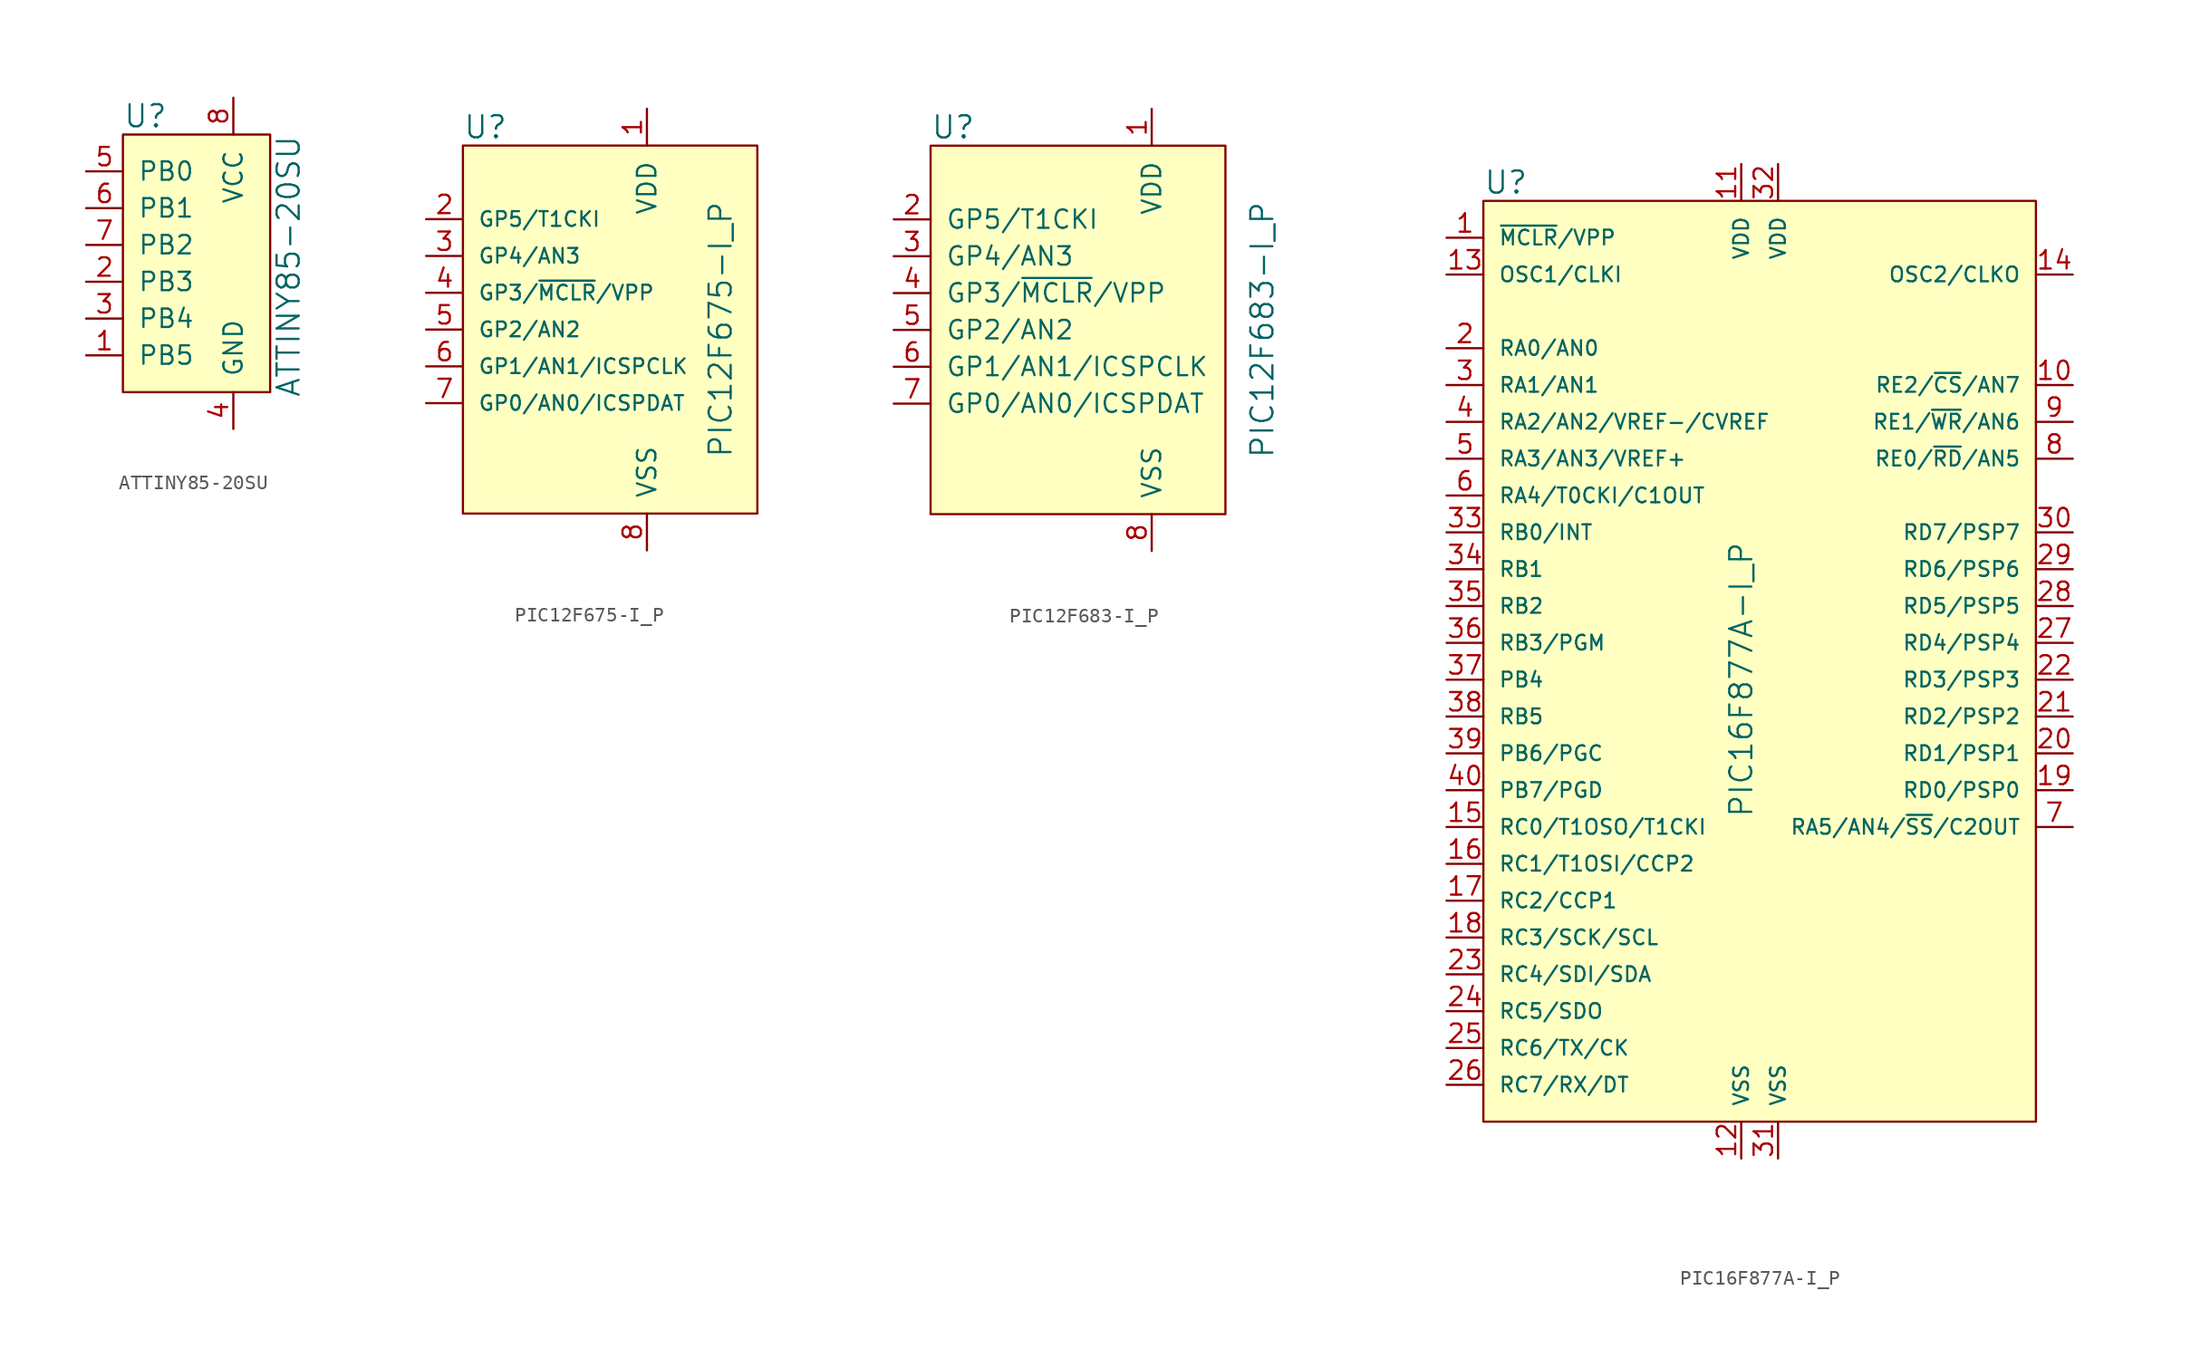
<source format=kicad_sym>
(kicad_symbol_lib
  (version 20231120)
  (generator "kicad_symbol_editor")
  (generator_version "8.0")
  (symbol "ATTINY85-20SU"
    (pin_names
      (offset 1.016))
    (property "Reference" "U"
      (at -5.08 6.35 0)
      (effects (font (size 1.524 1.524)) (justify left)))
    (property "Value" "ATTINY85-20SU"
      (at 6.35 5.08 90)
      (effects (font (size 1.524 1.524)) (justify right)))
    (symbol "ATTINY85-20SU_0_1"
      (rectangle (start -5.08 5.08) (end 5.08 -12.7) (stroke (width 0) (type default)) (fill (type background))))
    (symbol "ATTINY85-20SU_1_1"
      (pin bidirectional line (at -7.62 -10.16 0) (length 2.54) (name "PB5" (effects (font (size 1.27 1.27)))) (number "1" (effects (font (size 1.27 1.27)))))
      (pin bidirectional line (at -7.62 -5.08 0) (length 2.54) (name "PB3" (effects (font (size 1.27 1.27)))) (number "2" (effects (font (size 1.27 1.27)))))
      (pin bidirectional line (at -7.62 -7.62 0) (length 2.54) (name "PB4" (effects (font (size 1.27 1.27)))) (number "3" (effects (font (size 1.27 1.27)))))
      (pin power_in line (at 2.54 -15.24 90) (length 2.54) (name "GND" (effects (font (size 1.27 1.27)))) (number "4" (effects (font (size 1.27 1.27)))))
      (pin bidirectional line (at -7.62 2.54 0) (length 2.54) (name "PB0" (effects (font (size 1.27 1.27)))) (number "5" (effects (font (size 1.27 1.27)))))
      (pin bidirectional line (at -7.62 0 0) (length 2.54) (name "PB1" (effects (font (size 1.27 1.27)))) (number "6" (effects (font (size 1.27 1.27)))))
      (pin bidirectional line (at -7.62 -2.54 0) (length 2.54) (name "PB2" (effects (font (size 1.27 1.27)))) (number "7" (effects (font (size 1.27 1.27)))))
      (pin power_in line (at 2.54 7.62 270) (length 2.54) (name "VCC" (effects (font (size 1.27 1.27)))) (number "8" (effects (font (size 1.27 1.27)))))))
  (symbol "PIC12F675-I_P"
    (pin_names
      (offset 1.016))
    (property "Reference" "U"
      (at -5.08 11.43 0)
      (effects (font (size 1.524 1.524)) (justify left)))
    (property "Value" "PIC12F675-I_P"
      (at 12.7 -2.54 90)
      (effects (font (size 1.524 1.524))))
    (symbol "PIC12F675-I_P_0_1"
      (rectangle (start -5.08 10.16) (end 15.24 -15.24) (stroke (width 0) (type default)) (fill (type background))))
    (symbol "PIC12F675-I_P_1_1"
      (pin power_in line (at 7.62 12.7 270) (length 2.54) (name "VDD" (effects (font (size 1.27 1.27)))) (number "1" (effects (font (size 1.27 1.27)))))
      (pin bidirectional line (at -7.62 5.08 0) (length 2.54) (name "GP5/T1CKI" (effects (font (size 1.016 1.016)))) (number "2" (effects (font (size 1.27 1.27)))))
      (pin bidirectional line (at -7.62 2.54 0) (length 2.54) (name "GP4/AN3" (effects (font (size 1.016 1.016)))) (number "3" (effects (font (size 1.27 1.27)))))
      (pin input line (at -7.62 0 0) (length 2.54) (name "GP3/~{MCLR}/VPP" (effects (font (size 1.016 1.016)))) (number "4" (effects (font (size 1.27 1.27)))))
      (pin bidirectional line (at -7.62 -2.54 0) (length 2.54) (name "GP2/AN2" (effects (font (size 1.016 1.016)))) (number "5" (effects (font (size 1.27 1.27)))))
      (pin bidirectional line (at -7.62 -5.08 0) (length 2.54) (name "GP1/AN1/ICSPCLK" (effects (font (size 1.016 1.016)))) (number "6" (effects (font (size 1.27 1.27)))))
      (pin bidirectional line (at -7.62 -7.62 0) (length 2.54) (name "GP0/AN0/ICSPDAT" (effects (font (size 1.016 1.016)))) (number "7" (effects (font (size 1.27 1.27)))))
      (pin power_in line (at 7.62 -17.78 90) (length 2.54) (name "VSS" (effects (font (size 1.27 1.27)))) (number "8" (effects (font (size 1.27 1.27)))))))
  (symbol "PIC12F683-I_P"
    (pin_names
      (offset 1.016))
    (property "Reference" "U"
      (at -11.43 8.89 0)
      (effects (font (size 1.524 1.524)) (justify left)))
    (property "Value" "PIC12F683-I_P"
      (at 11.43 -5.08 90)
      (effects (font (size 1.524 1.524))))
    (symbol "PIC12F683-I_P_0_1"
      (rectangle (start -11.43 7.62) (end 8.89 -17.78) (stroke (width 0) (type default)) (fill (type background))))
    (symbol "PIC12F683-I_P_1_1"
      (pin power_in line (at 3.81 10.16 270) (length 2.54) (name "VDD" (effects (font (size 1.27 1.27)))) (number "1" (effects (font (size 1.27 1.27)))))
      (pin bidirectional line (at -13.97 2.54 0) (length 2.54) (name "GP5/T1CKI" (effects (font (size 1.27 1.27)))) (number "2" (effects (font (size 1.27 1.27)))))
      (pin bidirectional line (at -13.97 0 0) (length 2.54) (name "GP4/AN3" (effects (font (size 1.27 1.27)))) (number "3" (effects (font (size 1.27 1.27)))))
      (pin bidirectional line (at -13.97 -2.54 0) (length 2.54) (name "GP3/~{MCLR}/VPP" (effects (font (size 1.27 1.27)))) (number "4" (effects (font (size 1.27 1.27)))))
      (pin bidirectional line (at -13.97 -5.08 0) (length 2.54) (name "GP2/AN2" (effects (font (size 1.27 1.27)))) (number "5" (effects (font (size 1.27 1.27)))))
      (pin bidirectional line (at -13.97 -7.62 0) (length 2.54) (name "GP1/AN1/ICSPCLK" (effects (font (size 1.27 1.27)))) (number "6" (effects (font (size 1.27 1.27)))))
      (pin bidirectional line (at -13.97 -10.16 0) (length 2.54) (name "GP0/AN0/ICSPDAT" (effects (font (size 1.27 1.27)))) (number "7" (effects (font (size 1.27 1.27)))))
      (pin power_in line (at 3.81 -20.32 90) (length 2.54) (name "VSS" (effects (font (size 1.27 1.27)))) (number "8" (effects (font (size 1.27 1.27)))))))
  (symbol "PIC16F877A-I_P"
    (pin_names
      (offset 1.016))
    (property "Reference" "U"
      (at -17.78 34.29 0)
      (effects (font (size 1.524 1.524)) (justify left)))
    (property "Value" "PIC16F877A-I_P"
      (at 0 0 90)
      (effects (font (size 1.524 1.524))))
    (symbol "PIC16F877A-I_P_0_1"
      (rectangle (start -17.78 33.02) (end 20.32 -30.48) (stroke (width 0) (type default)) (fill (type background))))
    (symbol "PIC16F877A-I_P_1_1"
      (pin input line (at -20.32 30.48 0) (length 2.54) (name "~{MCLR}/VPP" (effects (font (size 1.016 1.016)))) (number "1" (effects (font (size 1.27 1.27)))))
      (pin bidirectional line (at 22.86 20.32 180) (length 2.54) (name "RE2/~{CS}/AN7" (effects (font (size 1.016 1.016)))) (number "10" (effects (font (size 1.27 1.27)))))
      (pin power_in line (at 0 35.56 270) (length 2.54) (name "VDD" (effects (font (size 1.016 1.016)))) (number "11" (effects (font (size 1.27 1.27)))))
      (pin power_in line (at 0 -33.02 90) (length 2.54) (name "VSS" (effects (font (size 1.016 1.016)))) (number "12" (effects (font (size 1.27 1.27)))))
      (pin input line (at -20.32 27.94 0) (length 2.54) (name "OSC1/CLKI" (effects (font (size 1.016 1.016)))) (number "13" (effects (font (size 1.27 1.27)))))
      (pin output line (at 22.86 27.94 180) (length 2.54) (name "OSC2/CLKO" (effects (font (size 1.016 1.016)))) (number "14" (effects (font (size 1.27 1.27)))))
      (pin bidirectional line (at -20.32 -10.16 0) (length 2.54) (name "RC0/T1OSO/T1CKI" (effects (font (size 1.016 1.016)))) (number "15" (effects (font (size 1.27 1.27)))))
      (pin bidirectional line (at -20.32 -12.7 0) (length 2.54) (name "RC1/T1OSI/CCP2" (effects (font (size 1.016 1.016)))) (number "16" (effects (font (size 1.27 1.27)))))
      (pin bidirectional line (at -20.32 -15.24 0) (length 2.54) (name "RC2/CCP1" (effects (font (size 1.016 1.016)))) (number "17" (effects (font (size 1.27 1.27)))))
      (pin bidirectional line (at -20.32 -17.78 0) (length 2.54) (name "RC3/SCK/SCL" (effects (font (size 1.016 1.016)))) (number "18" (effects (font (size 1.27 1.27)))))
      (pin bidirectional line (at 22.86 -7.62 180) (length 2.54) (name "RD0/PSP0" (effects (font (size 1.016 1.016)))) (number "19" (effects (font (size 1.27 1.27)))))
      (pin bidirectional line (at -20.32 22.86 0) (length 2.54) (name "RA0/AN0" (effects (font (size 1.016 1.016)))) (number "2" (effects (font (size 1.27 1.27)))))
      (pin bidirectional line (at 22.86 -5.08 180) (length 2.54) (name "RD1/PSP1" (effects (font (size 1.016 1.016)))) (number "20" (effects (font (size 1.27 1.27)))))
      (pin bidirectional line (at 22.86 -2.54 180) (length 2.54) (name "RD2/PSP2" (effects (font (size 1.016 1.016)))) (number "21" (effects (font (size 1.27 1.27)))))
      (pin bidirectional line (at 22.86 0 180) (length 2.54) (name "RD3/PSP3" (effects (font (size 1.016 1.016)))) (number "22" (effects (font (size 1.27 1.27)))))
      (pin bidirectional line (at -20.32 -20.32 0) (length 2.54) (name "RC4/SDI/SDA" (effects (font (size 1.016 1.016)))) (number "23" (effects (font (size 1.27 1.27)))))
      (pin bidirectional line (at -20.32 -22.86 0) (length 2.54) (name "RC5/SDO" (effects (font (size 1.016 1.016)))) (number "24" (effects (font (size 1.27 1.27)))))
      (pin bidirectional line (at -20.32 -25.4 0) (length 2.54) (name "RC6/TX/CK" (effects (font (size 1.016 1.016)))) (number "25" (effects (font (size 1.27 1.27)))))
      (pin bidirectional line (at -20.32 -27.94 0) (length 2.54) (name "RC7/RX/DT" (effects (font (size 1.016 1.016)))) (number "26" (effects (font (size 1.27 1.27)))))
      (pin bidirectional line (at 22.86 2.54 180) (length 2.54) (name "RD4/PSP4" (effects (font (size 1.016 1.016)))) (number "27" (effects (font (size 1.27 1.27)))))
      (pin bidirectional line (at 22.86 5.08 180) (length 2.54) (name "RD5/PSP5" (effects (font (size 1.016 1.016)))) (number "28" (effects (font (size 1.27 1.27)))))
      (pin bidirectional line (at 22.86 7.62 180) (length 2.54) (name "RD6/PSP6" (effects (font (size 1.016 1.016)))) (number "29" (effects (font (size 1.27 1.27)))))
      (pin bidirectional line (at -20.32 20.32 0) (length 2.54) (name "RA1/AN1" (effects (font (size 1.016 1.016)))) (number "3" (effects (font (size 1.27 1.27)))))
      (pin bidirectional line (at 22.86 10.16 180) (length 2.54) (name "RD7/PSP7" (effects (font (size 1.016 1.016)))) (number "30" (effects (font (size 1.27 1.27)))))
      (pin power_in line (at 2.54 -33.02 90) (length 2.54) (name "VSS" (effects (font (size 1.016 1.016)))) (number "31" (effects (font (size 1.27 1.27)))))
      (pin power_in line (at 2.54 35.56 270) (length 2.54) (name "VDD" (effects (font (size 1.016 1.016)))) (number "32" (effects (font (size 1.27 1.27)))))
      (pin bidirectional line (at -20.32 10.16 0) (length 2.54) (name "RB0/INT" (effects (font (size 1.016 1.016)))) (number "33" (effects (font (size 1.27 1.27)))))
      (pin bidirectional line (at -20.32 7.62 0) (length 2.54) (name "RB1" (effects (font (size 1.016 1.016)))) (number "34" (effects (font (size 1.27 1.27)))))
      (pin bidirectional line (at -20.32 5.08 0) (length 2.54) (name "RB2" (effects (font (size 1.016 1.016)))) (number "35" (effects (font (size 1.27 1.27)))))
      (pin bidirectional line (at -20.32 2.54 0) (length 2.54) (name "RB3/PGM" (effects (font (size 1.016 1.016)))) (number "36" (effects (font (size 1.27 1.27)))))
      (pin bidirectional line (at -20.32 0 0) (length 2.54) (name "PB4" (effects (font (size 1.016 1.016)))) (number "37" (effects (font (size 1.27 1.27)))))
      (pin bidirectional line (at -20.32 -2.54 0) (length 2.54) (name "RB5" (effects (font (size 1.016 1.016)))) (number "38" (effects (font (size 1.27 1.27)))))
      (pin bidirectional line (at -20.32 -5.08 0) (length 2.54) (name "PB6/PGC" (effects (font (size 1.016 1.016)))) (number "39" (effects (font (size 1.27 1.27)))))
      (pin bidirectional line (at -20.32 17.78 0) (length 2.54) (name "RA2/AN2/VREF-/CVREF" (effects (font (size 1.016 1.016)))) (number "4" (effects (font (size 1.27 1.27)))))
      (pin bidirectional line (at -20.32 -7.62 0) (length 2.54) (name "PB7/PGD" (effects (font (size 1.016 1.016)))) (number "40" (effects (font (size 1.27 1.27)))))
      (pin bidirectional line (at -20.32 15.24 0) (length 2.54) (name "RA3/AN3/VREF+" (effects (font (size 1.016 1.016)))) (number "5" (effects (font (size 1.27 1.27)))))
      (pin bidirectional line (at -20.32 12.7 0) (length 2.54) (name "RA4/T0CKI/C1OUT" (effects (font (size 1.016 1.016)))) (number "6" (effects (font (size 1.27 1.27)))))
      (pin bidirectional line (at 22.86 -10.16 180) (length 2.54) (name "RA5/AN4/~{SS}/C2OUT" (effects (font (size 1.016 1.016)))) (number "7" (effects (font (size 1.27 1.27)))))
      (pin bidirectional line (at 22.86 15.24 180) (length 2.54) (name "RE0/~{RD}/AN5" (effects (font (size 1.016 1.016)))) (number "8" (effects (font (size 1.27 1.27)))))
      (pin bidirectional line (at 22.86 17.78 180) (length 2.54) (name "RE1/~{WR}/AN6" (effects (font (size 1.016 1.016)))) (number "9" (effects (font (size 1.27 1.27))))))))
</source>
